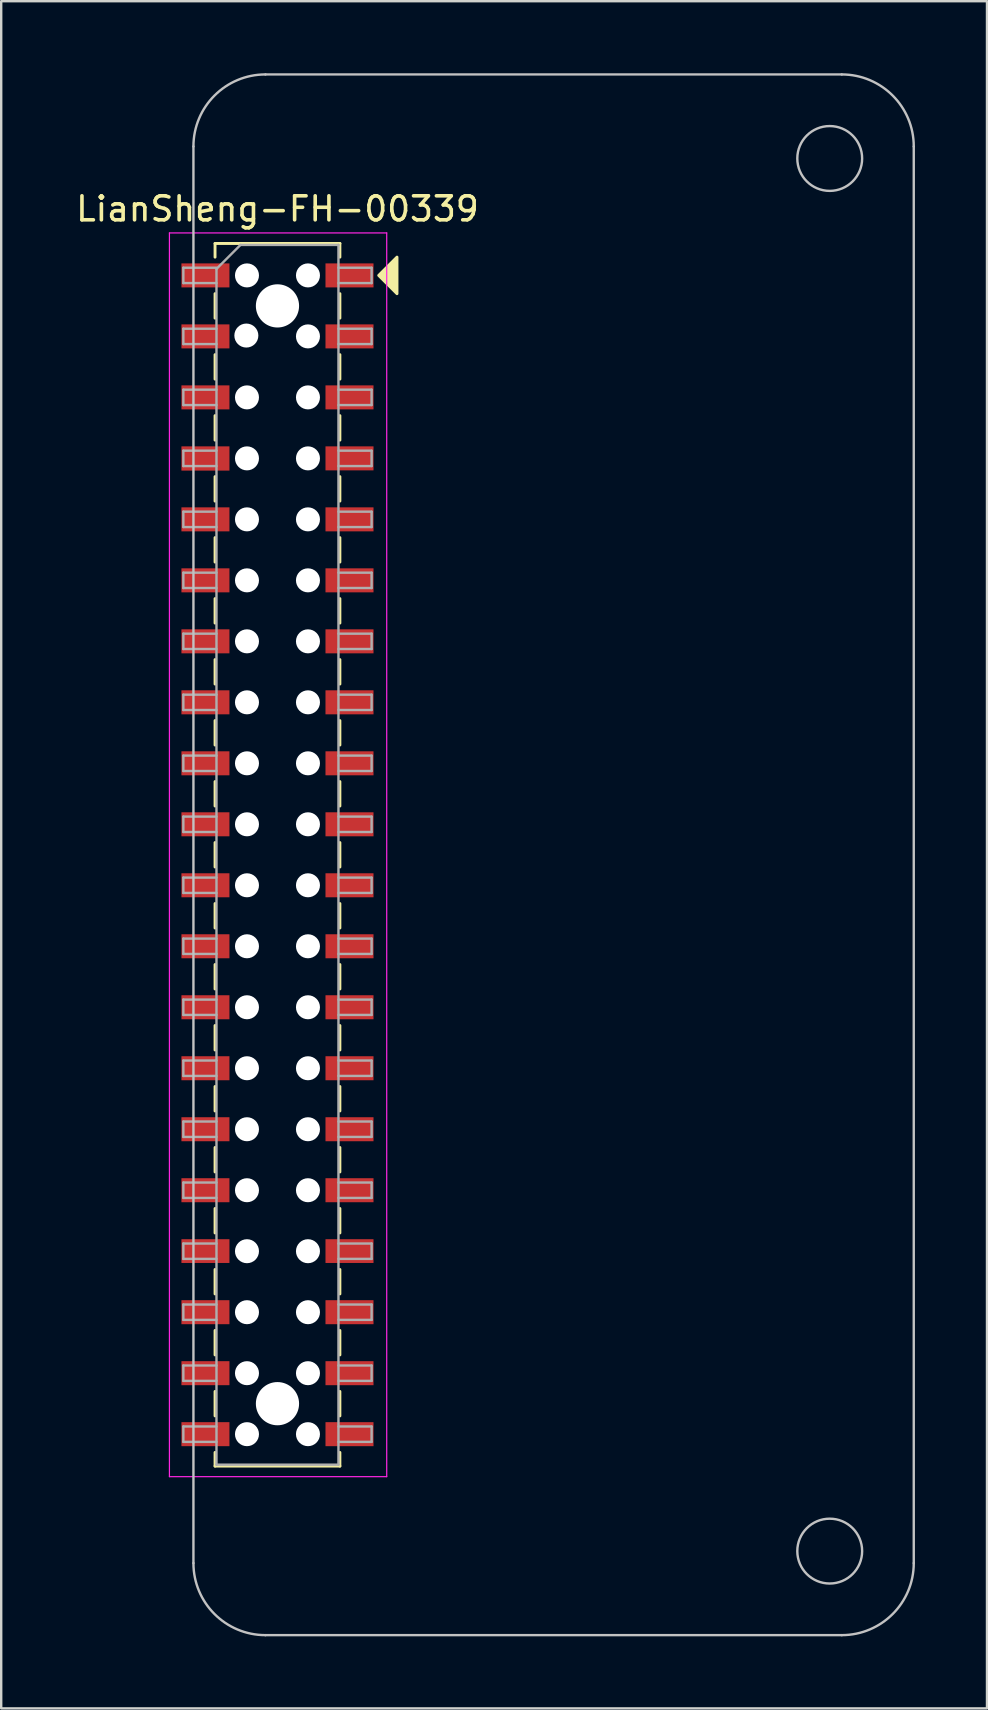
<source format=kicad_pcb>
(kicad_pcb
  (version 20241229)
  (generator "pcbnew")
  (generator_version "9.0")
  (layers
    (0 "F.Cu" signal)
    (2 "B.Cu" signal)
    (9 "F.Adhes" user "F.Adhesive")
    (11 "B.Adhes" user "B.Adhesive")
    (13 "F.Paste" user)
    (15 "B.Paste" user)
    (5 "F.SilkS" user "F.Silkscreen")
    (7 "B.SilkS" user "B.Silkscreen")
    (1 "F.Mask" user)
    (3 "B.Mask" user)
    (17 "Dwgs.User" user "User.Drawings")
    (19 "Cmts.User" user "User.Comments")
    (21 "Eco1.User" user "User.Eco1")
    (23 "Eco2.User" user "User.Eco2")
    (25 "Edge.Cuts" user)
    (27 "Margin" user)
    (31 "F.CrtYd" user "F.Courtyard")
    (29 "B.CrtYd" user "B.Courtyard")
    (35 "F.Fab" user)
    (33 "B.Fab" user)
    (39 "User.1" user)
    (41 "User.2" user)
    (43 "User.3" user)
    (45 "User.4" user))
  (footprint "LianSheng-FH-00339"
    (layer "F.Cu")
    (at 8.506 32.55)
    (property "Reference" "LianSheng-FH-00339" (at 0 -26.9 0) (layer "F.SilkS") (effects (font (size 1 1) (thickness 0.15))))
    (attr smd)
    (fp_line (start -2.6 -25.46) (end -2.6 -24.89) (stroke (width 0.12) (type solid)) (layer "F.SilkS"))
    (fp_line (start -2.6 -23.37) (end -2.6 -22.35) (stroke (width 0.12) (type solid)) (layer "F.SilkS"))
    (fp_line (start -2.6 -20.83) (end -2.6 -19.81) (stroke (width 0.12) (type solid)) (layer "F.SilkS"))
    (fp_line (start -2.6 -18.29) (end -2.6 -17.27) (stroke (width 0.12) (type solid)) (layer "F.SilkS"))
    (fp_line (start -2.6 -15.75) (end -2.6 -14.73) (stroke (width 0.12) (type solid)) (layer "F.SilkS"))
    (fp_line (start -2.6 -13.21) (end -2.6 -12.19) (stroke (width 0.12) (type solid)) (layer "F.SilkS"))
    (fp_line (start -2.6 -10.67) (end -2.6 -9.65) (stroke (width 0.12) (type solid)) (layer "F.SilkS"))
    (fp_line (start -2.6 -8.13) (end -2.6 -7.11) (stroke (width 0.12) (type solid)) (layer "F.SilkS"))
    (fp_line (start -2.6 -5.59) (end -2.6 -4.57) (stroke (width 0.12) (type solid)) (layer "F.SilkS"))
    (fp_line (start -2.6 -3.05) (end -2.6 -2.03) (stroke (width 0.12) (type solid)) (layer "F.SilkS"))
    (fp_line (start -2.6 -0.51) (end -2.6 0.51) (stroke (width 0.12) (type solid)) (layer "F.SilkS"))
    (fp_line (start -2.6 2.03) (end -2.6 3.05) (stroke (width 0.12) (type solid)) (layer "F.SilkS"))
    (fp_line (start -2.6 4.57) (end -2.6 5.59) (stroke (width 0.12) (type solid)) (layer "F.SilkS"))
    (fp_line (start -2.6 7.11) (end -2.6 8.13) (stroke (width 0.12) (type solid)) (layer "F.SilkS"))
    (fp_line (start -2.6 9.65) (end -2.6 10.67) (stroke (width 0.12) (type solid)) (layer "F.SilkS"))
    (fp_line (start -2.6 12.19) (end -2.6 13.21) (stroke (width 0.12) (type solid)) (layer "F.SilkS"))
    (fp_line (start -2.6 14.73) (end -2.6 15.75) (stroke (width 0.12) (type solid)) (layer "F.SilkS"))
    (fp_line (start -2.6 17.27) (end -2.6 18.29) (stroke (width 0.12) (type solid)) (layer "F.SilkS"))
    (fp_line (start -2.6 19.81) (end -2.6 20.83) (stroke (width 0.12) (type solid)) (layer "F.SilkS"))
    (fp_line (start -2.6 22.35) (end -2.6 23.37) (stroke (width 0.12) (type solid)) (layer "F.SilkS"))
    (fp_line (start -2.6 24.89) (end -2.6 25.46) (stroke (width 0.12) (type solid)) (layer "F.SilkS"))
    (fp_line (start 2.6 -25.46) (end -2.6 -25.46) (stroke (width 0.12) (type solid)) (layer "F.SilkS"))
    (fp_line (start 2.6 -25.46) (end 2.6 -24.89) (stroke (width 0.12) (type solid)) (layer "F.SilkS"))
    (fp_line (start 2.6 -23.37) (end 2.6 -22.35) (stroke (width 0.12) (type solid)) (layer "F.SilkS"))
    (fp_line (start 2.6 -20.83) (end 2.6 -19.81) (stroke (width 0.12) (type solid)) (layer "F.SilkS"))
    (fp_line (start 2.6 -18.29) (end 2.6 -17.27) (stroke (width 0.12) (type solid)) (layer "F.SilkS"))
    (fp_line (start 2.6 -15.75) (end 2.6 -14.73) (stroke (width 0.12) (type solid)) (layer "F.SilkS"))
    (fp_line (start 2.6 -13.21) (end 2.6 -12.19) (stroke (width 0.12) (type solid)) (layer "F.SilkS"))
    (fp_line (start 2.6 -10.67) (end 2.6 -9.65) (stroke (width 0.12) (type solid)) (layer "F.SilkS"))
    (fp_line (start 2.6 -8.13) (end 2.6 -7.11) (stroke (width 0.12) (type solid)) (layer "F.SilkS"))
    (fp_line (start 2.6 -5.59) (end 2.6 -4.57) (stroke (width 0.12) (type solid)) (layer "F.SilkS"))
    (fp_line (start 2.6 -3.05) (end 2.6 -2.03) (stroke (width 0.12) (type solid)) (layer "F.SilkS"))
    (fp_line (start 2.6 -0.51) (end 2.6 0.51) (stroke (width 0.12) (type solid)) (layer "F.SilkS"))
    (fp_line (start 2.6 2.03) (end 2.6 3.05) (stroke (width 0.12) (type solid)) (layer "F.SilkS"))
    (fp_line (start 2.6 4.57) (end 2.6 5.59) (stroke (width 0.12) (type solid)) (layer "F.SilkS"))
    (fp_line (start 2.6 7.11) (end 2.6 8.13) (stroke (width 0.12) (type solid)) (layer "F.SilkS"))
    (fp_line (start 2.6 9.65) (end 2.6 10.67) (stroke (width 0.12) (type solid)) (layer "F.SilkS"))
    (fp_line (start 2.6 12.19) (end 2.6 13.21) (stroke (width 0.12) (type solid)) (layer "F.SilkS"))
    (fp_line (start 2.6 14.73) (end 2.6 15.75) (stroke (width 0.12) (type solid)) (layer "F.SilkS"))
    (fp_line (start 2.6 17.27) (end 2.6 18.29) (stroke (width 0.12) (type solid)) (layer "F.SilkS"))
    (fp_line (start 2.6 19.81) (end 2.6 20.83) (stroke (width 0.12) (type solid)) (layer "F.SilkS"))
    (fp_line (start 2.6 22.35) (end 2.6 23.37) (stroke (width 0.12) (type solid)) (layer "F.SilkS"))
    (fp_line (start 2.6 24.89) (end 2.6 25.46) (stroke (width 0.12) (type solid)) (layer "F.SilkS"))
    (fp_line (start 2.6 25.46) (end -2.6 25.46) (stroke (width 0.12) (type solid)) (layer "F.SilkS"))
    (fp_poly (pts (xy 4.216 -24.13) (xy 4.978 -24.892) (xy 4.978 -23.368)) (stroke (width 0.12) (type solid)) (fill yes) (layer "F.SilkS"))
    (fp_line (start -3.5 29.5) (end -3.5 -29.5) (stroke (width 0.1) (type solid)) (layer "Dwgs.User"))
    (fp_line (start -0.5 -32.5) (end 23.5 -32.5) (stroke (width 0.1) (type solid)) (layer "Dwgs.User"))
    (fp_line (start 23.5 32.5) (end -0.5 32.5) (stroke (width 0.1) (type solid)) (layer "Dwgs.User"))
    (fp_line (start 26.5 -29.5) (end 26.5 29.5) (stroke (width 0.1) (type solid)) (layer "Dwgs.User"))
    (fp_arc (start -3.5 -29.5) (mid -2.62132 -31.62132) (end -0.5 -32.5) (stroke (width 0.1) (type solid)) (layer "Dwgs.User"))
    (fp_arc (start -0.5 32.5) (mid -2.62132 31.62132) (end -3.5 29.5) (stroke (width 0.1) (type solid)) (layer "Dwgs.User"))
    (fp_arc (start 23.5 -32.5) (mid 25.62132 -31.62132) (end 26.5 -29.5) (stroke (width 0.1) (type solid)) (layer "Dwgs.User"))
    (fp_arc (start 26.5 29.5) (mid 25.62132 31.62132) (end 23.5 32.5) (stroke (width 0.1) (type solid)) (layer "Dwgs.User"))
    (fp_circle (center 23 -29) (end 23 -27.65) (stroke (width 0.1) (type solid)) (fill no) (layer "Dwgs.User"))
    (fp_circle (center 23 29) (end 23 30.35) (stroke (width 0.1) (type solid)) (fill no) (layer "Dwgs.User"))
    (fp_line (start -4.5 -25.9) (end -4.5 25.9) (stroke (width 0.05) (type solid)) (layer "F.CrtYd"))
    (fp_line (start -4.5 25.9) (end 4.55 25.9) (stroke (width 0.05) (type solid)) (layer "F.CrtYd"))
    (fp_line (start 4.55 -25.9) (end -4.5 -25.9) (stroke (width 0.05) (type solid)) (layer "F.CrtYd"))
    (fp_line (start 4.55 25.9) (end 4.55 -25.9) (stroke (width 0.05) (type solid)) (layer "F.CrtYd"))
    (fp_line (start -3.92 -24.45) (end -3.92 -23.81) (stroke (width 0.1) (type solid)) (layer "F.Fab"))
    (fp_line (start -3.92 -23.81) (end -2.54 -23.81) (stroke (width 0.1) (type solid)) (layer "F.Fab"))
    (fp_line (start -3.92 -21.91) (end -3.92 -21.27) (stroke (width 0.1) (type solid)) (layer "F.Fab"))
    (fp_line (start -3.92 -21.27) (end -2.54 -21.27) (stroke (width 0.1) (type solid)) (layer "F.Fab"))
    (fp_line (start -3.92 -19.37) (end -3.92 -18.73) (stroke (width 0.1) (type solid)) (layer "F.Fab"))
    (fp_line (start -3.92 -18.73) (end -2.54 -18.73) (stroke (width 0.1) (type solid)) (layer "F.Fab"))
    (fp_line (start -3.92 -16.83) (end -3.92 -16.19) (stroke (width 0.1) (type solid)) (layer "F.Fab"))
    (fp_line (start -3.92 -16.19) (end -2.54 -16.19) (stroke (width 0.1) (type solid)) (layer "F.Fab"))
    (fp_line (start -3.92 -14.29) (end -3.92 -13.65) (stroke (width 0.1) (type solid)) (layer "F.Fab"))
    (fp_line (start -3.92 -13.65) (end -2.54 -13.65) (stroke (width 0.1) (type solid)) (layer "F.Fab"))
    (fp_line (start -3.92 -11.75) (end -3.92 -11.11) (stroke (width 0.1) (type solid)) (layer "F.Fab"))
    (fp_line (start -3.92 -11.11) (end -2.54 -11.11) (stroke (width 0.1) (type solid)) (layer "F.Fab"))
    (fp_line (start -3.92 -9.21) (end -3.92 -8.57) (stroke (width 0.1) (type solid)) (layer "F.Fab"))
    (fp_line (start -3.92 -8.57) (end -2.54 -8.57) (stroke (width 0.1) (type solid)) (layer "F.Fab"))
    (fp_line (start -3.92 -6.67) (end -3.92 -6.03) (stroke (width 0.1) (type solid)) (layer "F.Fab"))
    (fp_line (start -3.92 -6.03) (end -2.54 -6.03) (stroke (width 0.1) (type solid)) (layer "F.Fab"))
    (fp_line (start -3.92 -4.13) (end -3.92 -3.49) (stroke (width 0.1) (type solid)) (layer "F.Fab"))
    (fp_line (start -3.92 -3.49) (end -2.54 -3.49) (stroke (width 0.1) (type solid)) (layer "F.Fab"))
    (fp_line (start -3.92 -1.59) (end -3.92 -0.95) (stroke (width 0.1) (type solid)) (layer "F.Fab"))
    (fp_line (start -3.92 -0.95) (end -2.54 -0.95) (stroke (width 0.1) (type solid)) (layer "F.Fab"))
    (fp_line (start -3.92 0.95) (end -3.92 1.59) (stroke (width 0.1) (type solid)) (layer "F.Fab"))
    (fp_line (start -3.92 1.59) (end -2.54 1.59) (stroke (width 0.1) (type solid)) (layer "F.Fab"))
    (fp_line (start -3.92 3.49) (end -3.92 4.13) (stroke (width 0.1) (type solid)) (layer "F.Fab"))
    (fp_line (start -3.92 4.13) (end -2.54 4.13) (stroke (width 0.1) (type solid)) (layer "F.Fab"))
    (fp_line (start -3.92 6.03) (end -3.92 6.67) (stroke (width 0.1) (type solid)) (layer "F.Fab"))
    (fp_line (start -3.92 6.67) (end -2.54 6.67) (stroke (width 0.1) (type solid)) (layer "F.Fab"))
    (fp_line (start -3.92 8.57) (end -3.92 9.21) (stroke (width 0.1) (type solid)) (layer "F.Fab"))
    (fp_line (start -3.92 9.21) (end -2.54 9.21) (stroke (width 0.1) (type solid)) (layer "F.Fab"))
    (fp_line (start -3.92 11.11) (end -3.92 11.75) (stroke (width 0.1) (type solid)) (layer "F.Fab"))
    (fp_line (start -3.92 11.75) (end -2.54 11.75) (stroke (width 0.1) (type solid)) (layer "F.Fab"))
    (fp_line (start -3.92 13.65) (end -3.92 14.29) (stroke (width 0.1) (type solid)) (layer "F.Fab"))
    (fp_line (start -3.92 14.29) (end -2.54 14.29) (stroke (width 0.1) (type solid)) (layer "F.Fab"))
    (fp_line (start -3.92 16.19) (end -3.92 16.83) (stroke (width 0.1) (type solid)) (layer "F.Fab"))
    (fp_line (start -3.92 16.83) (end -2.54 16.83) (stroke (width 0.1) (type solid)) (layer "F.Fab"))
    (fp_line (start -3.92 18.73) (end -3.92 19.37) (stroke (width 0.1) (type solid)) (layer "F.Fab"))
    (fp_line (start -3.92 19.37) (end -2.54 19.37) (stroke (width 0.1) (type solid)) (layer "F.Fab"))
    (fp_line (start -3.92 21.27) (end -3.92 21.91) (stroke (width 0.1) (type solid)) (layer "F.Fab"))
    (fp_line (start -3.92 21.91) (end -2.54 21.91) (stroke (width 0.1) (type solid)) (layer "F.Fab"))
    (fp_line (start -3.92 23.81) (end -3.92 24.45) (stroke (width 0.1) (type solid)) (layer "F.Fab"))
    (fp_line (start -3.92 24.45) (end -2.54 24.45) (stroke (width 0.1) (type solid)) (layer "F.Fab"))
    (fp_line (start -2.54 -24.45) (end -3.92 -24.45) (stroke (width 0.1) (type solid)) (layer "F.Fab"))
    (fp_line (start -2.54 -24.4) (end -2.54 25.4) (stroke (width 0.1) (type solid)) (layer "F.Fab"))
    (fp_line (start -2.54 -21.91) (end -3.92 -21.91) (stroke (width 0.1) (type solid)) (layer "F.Fab"))
    (fp_line (start -2.54 -19.37) (end -3.92 -19.37) (stroke (width 0.1) (type solid)) (layer "F.Fab"))
    (fp_line (start -2.54 -16.83) (end -3.92 -16.83) (stroke (width 0.1) (type solid)) (layer "F.Fab"))
    (fp_line (start -2.54 -14.29) (end -3.92 -14.29) (stroke (width 0.1) (type solid)) (layer "F.Fab"))
    (fp_line (start -2.54 -11.75) (end -3.92 -11.75) (stroke (width 0.1) (type solid)) (layer "F.Fab"))
    (fp_line (start -2.54 -9.21) (end -3.92 -9.21) (stroke (width 0.1) (type solid)) (layer "F.Fab"))
    (fp_line (start -2.54 -6.67) (end -3.92 -6.67) (stroke (width 0.1) (type solid)) (layer "F.Fab"))
    (fp_line (start -2.54 -4.13) (end -3.92 -4.13) (stroke (width 0.1) (type solid)) (layer "F.Fab"))
    (fp_line (start -2.54 -1.59) (end -3.92 -1.59) (stroke (width 0.1) (type solid)) (layer "F.Fab"))
    (fp_line (start -2.54 0.95) (end -3.92 0.95) (stroke (width 0.1) (type solid)) (layer "F.Fab"))
    (fp_line (start -2.54 3.49) (end -3.92 3.49) (stroke (width 0.1) (type solid)) (layer "F.Fab"))
    (fp_line (start -2.54 6.03) (end -3.92 6.03) (stroke (width 0.1) (type solid)) (layer "F.Fab"))
    (fp_line (start -2.54 8.57) (end -3.92 8.57) (stroke (width 0.1) (type solid)) (layer "F.Fab"))
    (fp_line (start -2.54 11.11) (end -3.92 11.11) (stroke (width 0.1) (type solid)) (layer "F.Fab"))
    (fp_line (start -2.54 13.65) (end -3.92 13.65) (stroke (width 0.1) (type solid)) (layer "F.Fab"))
    (fp_line (start -2.54 16.19) (end -3.92 16.19) (stroke (width 0.1) (type solid)) (layer "F.Fab"))
    (fp_line (start -2.54 18.73) (end -3.92 18.73) (stroke (width 0.1) (type solid)) (layer "F.Fab"))
    (fp_line (start -2.54 21.27) (end -3.92 21.27) (stroke (width 0.1) (type solid)) (layer "F.Fab"))
    (fp_line (start -2.54 23.81) (end -3.92 23.81) (stroke (width 0.1) (type solid)) (layer "F.Fab"))
    (fp_line (start -2.54 25.4) (end 2.54 25.4) (stroke (width 0.1) (type solid)) (layer "F.Fab"))
    (fp_line (start -1.54 -25.4) (end -2.54 -24.4) (stroke (width 0.1) (type solid)) (layer "F.Fab"))
    (fp_line (start 2.54 -25.4) (end -1.54 -25.4) (stroke (width 0.1) (type solid)) (layer "F.Fab"))
    (fp_line (start 2.54 -23.81) (end 3.92 -23.81) (stroke (width 0.1) (type solid)) (layer "F.Fab"))
    (fp_line (start 2.54 -21.27) (end 3.92 -21.27) (stroke (width 0.1) (type solid)) (layer "F.Fab"))
    (fp_line (start 2.54 -18.73) (end 3.92 -18.73) (stroke (width 0.1) (type solid)) (layer "F.Fab"))
    (fp_line (start 2.54 -16.19) (end 3.92 -16.19) (stroke (width 0.1) (type solid)) (layer "F.Fab"))
    (fp_line (start 2.54 -13.65) (end 3.92 -13.65) (stroke (width 0.1) (type solid)) (layer "F.Fab"))
    (fp_line (start 2.54 -11.11) (end 3.92 -11.11) (stroke (width 0.1) (type solid)) (layer "F.Fab"))
    (fp_line (start 2.54 -8.57) (end 3.92 -8.57) (stroke (width 0.1) (type solid)) (layer "F.Fab"))
    (fp_line (start 2.54 -6.03) (end 3.92 -6.03) (stroke (width 0.1) (type solid)) (layer "F.Fab"))
    (fp_line (start 2.54 -3.49) (end 3.92 -3.49) (stroke (width 0.1) (type solid)) (layer "F.Fab"))
    (fp_line (start 2.54 -0.95) (end 3.92 -0.95) (stroke (width 0.1) (type solid)) (layer "F.Fab"))
    (fp_line (start 2.54 1.59) (end 3.92 1.59) (stroke (width 0.1) (type solid)) (layer "F.Fab"))
    (fp_line (start 2.54 4.13) (end 3.92 4.13) (stroke (width 0.1) (type solid)) (layer "F.Fab"))
    (fp_line (start 2.54 6.67) (end 3.92 6.67) (stroke (width 0.1) (type solid)) (layer "F.Fab"))
    (fp_line (start 2.54 9.21) (end 3.92 9.21) (stroke (width 0.1) (type solid)) (layer "F.Fab"))
    (fp_line (start 2.54 11.75) (end 3.92 11.75) (stroke (width 0.1) (type solid)) (layer "F.Fab"))
    (fp_line (start 2.54 14.29) (end 3.92 14.29) (stroke (width 0.1) (type solid)) (layer "F.Fab"))
    (fp_line (start 2.54 16.83) (end 3.92 16.83) (stroke (width 0.1) (type solid)) (layer "F.Fab"))
    (fp_line (start 2.54 19.37) (end 3.92 19.37) (stroke (width 0.1) (type solid)) (layer "F.Fab"))
    (fp_line (start 2.54 21.91) (end 3.92 21.91) (stroke (width 0.1) (type solid)) (layer "F.Fab"))
    (fp_line (start 2.54 24.45) (end 3.92 24.45) (stroke (width 0.1) (type solid)) (layer "F.Fab"))
    (fp_line (start 2.54 25.4) (end 2.54 -25.4) (stroke (width 0.1) (type solid)) (layer "F.Fab"))
    (fp_line (start 3.92 -24.45) (end 2.54 -24.45) (stroke (width 0.1) (type solid)) (layer "F.Fab"))
    (fp_line (start 3.92 -23.81) (end 3.92 -24.45) (stroke (width 0.1) (type solid)) (layer "F.Fab"))
    (fp_line (start 3.92 -21.91) (end 2.54 -21.91) (stroke (width 0.1) (type solid)) (layer "F.Fab"))
    (fp_line (start 3.92 -21.27) (end 3.92 -21.91) (stroke (width 0.1) (type solid)) (layer "F.Fab"))
    (fp_line (start 3.92 -19.37) (end 2.54 -19.37) (stroke (width 0.1) (type solid)) (layer "F.Fab"))
    (fp_line (start 3.92 -18.73) (end 3.92 -19.37) (stroke (width 0.1) (type solid)) (layer "F.Fab"))
    (fp_line (start 3.92 -16.83) (end 2.54 -16.83) (stroke (width 0.1) (type solid)) (layer "F.Fab"))
    (fp_line (start 3.92 -16.19) (end 3.92 -16.83) (stroke (width 0.1) (type solid)) (layer "F.Fab"))
    (fp_line (start 3.92 -14.29) (end 2.54 -14.29) (stroke (width 0.1) (type solid)) (layer "F.Fab"))
    (fp_line (start 3.92 -13.65) (end 3.92 -14.29) (stroke (width 0.1) (type solid)) (layer "F.Fab"))
    (fp_line (start 3.92 -11.75) (end 2.54 -11.75) (stroke (width 0.1) (type solid)) (layer "F.Fab"))
    (fp_line (start 3.92 -11.11) (end 3.92 -11.75) (stroke (width 0.1) (type solid)) (layer "F.Fab"))
    (fp_line (start 3.92 -9.21) (end 2.54 -9.21) (stroke (width 0.1) (type solid)) (layer "F.Fab"))
    (fp_line (start 3.92 -8.57) (end 3.92 -9.21) (stroke (width 0.1) (type solid)) (layer "F.Fab"))
    (fp_line (start 3.92 -6.67) (end 2.54 -6.67) (stroke (width 0.1) (type solid)) (layer "F.Fab"))
    (fp_line (start 3.92 -6.03) (end 3.92 -6.67) (stroke (width 0.1) (type solid)) (layer "F.Fab"))
    (fp_line (start 3.92 -4.13) (end 2.54 -4.13) (stroke (width 0.1) (type solid)) (layer "F.Fab"))
    (fp_line (start 3.92 -3.49) (end 3.92 -4.13) (stroke (width 0.1) (type solid)) (layer "F.Fab"))
    (fp_line (start 3.92 -1.59) (end 2.54 -1.59) (stroke (width 0.1) (type solid)) (layer "F.Fab"))
    (fp_line (start 3.92 -0.95) (end 3.92 -1.59) (stroke (width 0.1) (type solid)) (layer "F.Fab"))
    (fp_line (start 3.92 0.95) (end 2.54 0.95) (stroke (width 0.1) (type solid)) (layer "F.Fab"))
    (fp_line (start 3.92 1.59) (end 3.92 0.95) (stroke (width 0.1) (type solid)) (layer "F.Fab"))
    (fp_line (start 3.92 3.49) (end 2.54 3.49) (stroke (width 0.1) (type solid)) (layer "F.Fab"))
    (fp_line (start 3.92 4.13) (end 3.92 3.49) (stroke (width 0.1) (type solid)) (layer "F.Fab"))
    (fp_line (start 3.92 6.03) (end 2.54 6.03) (stroke (width 0.1) (type solid)) (layer "F.Fab"))
    (fp_line (start 3.92 6.67) (end 3.92 6.03) (stroke (width 0.1) (type solid)) (layer "F.Fab"))
    (fp_line (start 3.92 8.57) (end 2.54 8.57) (stroke (width 0.1) (type solid)) (layer "F.Fab"))
    (fp_line (start 3.92 9.21) (end 3.92 8.57) (stroke (width 0.1) (type solid)) (layer "F.Fab"))
    (fp_line (start 3.92 11.11) (end 2.54 11.11) (stroke (width 0.1) (type solid)) (layer "F.Fab"))
    (fp_line (start 3.92 11.75) (end 3.92 11.11) (stroke (width 0.1) (type solid)) (layer "F.Fab"))
    (fp_line (start 3.92 13.65) (end 2.54 13.65) (stroke (width 0.1) (type solid)) (layer "F.Fab"))
    (fp_line (start 3.92 14.29) (end 3.92 13.65) (stroke (width 0.1) (type solid)) (layer "F.Fab"))
    (fp_line (start 3.92 16.19) (end 2.54 16.19) (stroke (width 0.1) (type solid)) (layer "F.Fab"))
    (fp_line (start 3.92 16.83) (end 3.92 16.19) (stroke (width 0.1) (type solid)) (layer "F.Fab"))
    (fp_line (start 3.92 18.73) (end 2.54 18.73) (stroke (width 0.1) (type solid)) (layer "F.Fab"))
    (fp_line (start 3.92 19.37) (end 3.92 18.73) (stroke (width 0.1) (type solid)) (layer "F.Fab"))
    (fp_line (start 3.92 21.27) (end 2.54 21.27) (stroke (width 0.1) (type solid)) (layer "F.Fab"))
    (fp_line (start 3.92 21.91) (end 3.92 21.27) (stroke (width 0.1) (type solid)) (layer "F.Fab"))
    (fp_line (start 3.92 23.81) (end 2.54 23.81) (stroke (width 0.1) (type solid)) (layer "F.Fab"))
    (fp_line (start 3.92 24.45) (end 3.92 23.81) (stroke (width 0.1) (type solid)) (layer "F.Fab"))
    (pad "" np_thru_hole circle (at -1.296 -21.625) (size 1 1) (drill 1) (layers "*.Cu" "*.Mask"))
    (pad "" np_thru_hole circle (at -1.27 -24.13) (size 1 1) (drill 1) (layers "*.Cu" "*.Mask"))
    (pad "" np_thru_hole circle (at -1.27 -19.05) (size 1 1) (drill 1) (layers "*.Cu" "*.Mask"))
    (pad "" np_thru_hole circle (at -1.27 -16.51) (size 1 1) (drill 1) (layers "*.Cu" "*.Mask"))
    (pad "" np_thru_hole circle (at -1.27 -13.97) (size 1 1) (drill 1) (layers "*.Cu" "*.Mask"))
    (pad "" np_thru_hole circle (at -1.27 -11.43) (size 1 1) (drill 1) (layers "*.Cu" "*.Mask"))
    (pad "" np_thru_hole circle (at -1.27 -8.89) (size 1 1) (drill 1) (layers "*.Cu" "*.Mask"))
    (pad "" np_thru_hole circle (at -1.27 -6.35) (size 1 1) (drill 1) (layers "*.Cu" "*.Mask"))
    (pad "" np_thru_hole circle (at -1.27 -3.81) (size 1 1) (drill 1) (layers "*.Cu" "*.Mask"))
    (pad "" np_thru_hole circle (at -1.27 -1.27) (size 1 1) (drill 1) (layers "*.Cu" "*.Mask"))
    (pad "" np_thru_hole circle (at -1.27 1.27) (size 1 1) (drill 1) (layers "*.Cu" "*.Mask"))
    (pad "" np_thru_hole circle (at -1.27 3.81) (size 1 1) (drill 1) (layers "*.Cu" "*.Mask"))
    (pad "" np_thru_hole circle (at -1.27 6.35) (size 1 1) (drill 1) (layers "*.Cu" "*.Mask"))
    (pad "" np_thru_hole circle (at -1.27 8.89) (size 1 1) (drill 1) (layers "*.Cu" "*.Mask"))
    (pad "" np_thru_hole circle (at -1.27 11.43) (size 1 1) (drill 1) (layers "*.Cu" "*.Mask"))
    (pad "" np_thru_hole circle (at -1.27 13.97) (size 1 1) (drill 1) (layers "*.Cu" "*.Mask"))
    (pad "" np_thru_hole circle (at -1.27 16.51) (size 1 1) (drill 1) (layers "*.Cu" "*.Mask"))
    (pad "" np_thru_hole circle (at -1.27 19.05) (size 1 1) (drill 1) (layers "*.Cu" "*.Mask"))
    (pad "" np_thru_hole circle (at -1.27 21.59) (size 1 1) (drill 1) (layers "*.Cu" "*.Mask"))
    (pad "" np_thru_hole circle (at -1.27 24.13) (size 1 1) (drill 1) (layers "*.Cu" "*.Mask"))
    (pad "" np_thru_hole circle (at 0 -22.86) (size 1.8 1.8) (drill 1.8) (layers "*.Cu" "*.Mask"))
    (pad "" np_thru_hole circle (at 0 22.86) (size 1.8 1.8) (drill 1.8) (layers "*.Cu" "*.Mask"))
    (pad "" np_thru_hole circle (at 1.27 -24.13) (size 1 1) (drill 1) (layers "*.Cu" "*.Mask"))
    (pad "" np_thru_hole circle (at 1.27 -21.59) (size 1 1) (drill 1) (layers "*.Cu" "*.Mask"))
    (pad "" np_thru_hole circle (at 1.27 -19.05) (size 1 1) (drill 1) (layers "*.Cu" "*.Mask"))
    (pad "" np_thru_hole circle (at 1.27 -16.51) (size 1 1) (drill 1) (layers "*.Cu" "*.Mask"))
    (pad "" np_thru_hole circle (at 1.27 -13.97) (size 1 1) (drill 1) (layers "*.Cu" "*.Mask"))
    (pad "" np_thru_hole circle (at 1.27 -11.43) (size 1 1) (drill 1) (layers "*.Cu" "*.Mask"))
    (pad "" np_thru_hole circle (at 1.27 -8.89) (size 1 1) (drill 1) (layers "*.Cu" "*.Mask"))
    (pad "" np_thru_hole circle (at 1.27 -6.35) (size 1 1) (drill 1) (layers "*.Cu" "*.Mask"))
    (pad "" np_thru_hole circle (at 1.27 -3.81) (size 1 1) (drill 1) (layers "*.Cu" "*.Mask"))
    (pad "" np_thru_hole circle (at 1.27 -1.27) (size 1 1) (drill 1) (layers "*.Cu" "*.Mask"))
    (pad "" np_thru_hole circle (at 1.27 1.27) (size 1 1) (drill 1) (layers "*.Cu" "*.Mask"))
    (pad "" np_thru_hole circle (at 1.27 3.81) (size 1 1) (drill 1) (layers "*.Cu" "*.Mask"))
    (pad "" np_thru_hole circle (at 1.27 6.35) (size 1 1) (drill 1) (layers "*.Cu" "*.Mask"))
    (pad "" np_thru_hole circle (at 1.27 8.89) (size 1 1) (drill 1) (layers "*.Cu" "*.Mask"))
    (pad "" np_thru_hole circle (at 1.27 11.43) (size 1 1) (drill 1) (layers "*.Cu" "*.Mask"))
    (pad "" np_thru_hole circle (at 1.27 13.97) (size 1 1) (drill 1) (layers "*.Cu" "*.Mask"))
    (pad "" np_thru_hole circle (at 1.27 16.51) (size 1 1) (drill 1) (layers "*.Cu" "*.Mask"))
    (pad "" np_thru_hole circle (at 1.27 19.05) (size 1 1) (drill 1) (layers "*.Cu" "*.Mask"))
    (pad "" np_thru_hole circle (at 1.27 21.59) (size 1 1) (drill 1) (layers "*.Cu" "*.Mask"))
    (pad "" np_thru_hole circle (at 1.27 24.13) (size 1 1) (drill 1) (layers "*.Cu" "*.Mask"))
    (pad "1" smd rect (at 3 -24.13) (size 2 1) (layers "F.Cu" "F.Mask" "F.Paste"))
    (pad "2" smd rect (at -3 -24.13) (size 2 1) (layers "F.Cu" "F.Mask" "F.Paste"))
    (pad "3" smd rect (at 3 -21.59) (size 2 1) (layers "F.Cu" "F.Mask" "F.Paste"))
    (pad "4" smd rect (at -3 -21.59) (size 2 1) (layers "F.Cu" "F.Mask" "F.Paste"))
    (pad "5" smd rect (at 3 -19.05) (size 2 1) (layers "F.Cu" "F.Mask" "F.Paste"))
    (pad "6" smd rect (at -3 -19.05) (size 2 1) (layers "F.Cu" "F.Mask" "F.Paste"))
    (pad "7" smd rect (at 3 -16.51) (size 2 1) (layers "F.Cu" "F.Mask" "F.Paste"))
    (pad "8" smd rect (at -3 -16.505) (size 2 1.01) (layers "F.Cu" "F.Mask" "F.Paste"))
    (pad "9" smd rect (at 3 -13.97) (size 2 1) (layers "F.Cu" "F.Mask" "F.Paste"))
    (pad "10" smd rect (at -3 -13.97) (size 2 1) (layers "F.Cu" "F.Mask" "F.Paste"))
    (pad "11" smd rect (at 3 -11.43) (size 2 1) (layers "F.Cu" "F.Mask" "F.Paste"))
    (pad "12" smd rect (at -3 -11.43) (size 2 1) (layers "F.Cu" "F.Mask" "F.Paste"))
    (pad "13" smd rect (at 3 -8.89) (size 2 1) (layers "F.Cu" "F.Mask" "F.Paste"))
    (pad "14" smd rect (at -3 -8.89) (size 2 1) (layers "F.Cu" "F.Mask" "F.Paste"))
    (pad "15" smd rect (at 3 -6.35) (size 2 1) (layers "F.Cu" "F.Mask" "F.Paste"))
    (pad "16" smd rect (at -3 -6.35) (size 2 1) (layers "F.Cu" "F.Mask" "F.Paste"))
    (pad "17" smd rect (at 3 -3.81) (size 2 1) (layers "F.Cu" "F.Mask" "F.Paste"))
    (pad "18" smd rect (at -3 -3.81) (size 2 1) (layers "F.Cu" "F.Mask" "F.Paste"))
    (pad "19" smd rect (at 3 -1.27) (size 2 1) (layers "F.Cu" "F.Mask" "F.Paste"))
    (pad "20" smd rect (at -3 -1.27) (size 2 1) (layers "F.Cu" "F.Mask" "F.Paste"))
    (pad "21" smd rect (at 3 1.27) (size 2 1) (layers "F.Cu" "F.Mask" "F.Paste"))
    (pad "22" smd rect (at -3 1.27) (size 2 1) (layers "F.Cu" "F.Mask" "F.Paste"))
    (pad "23" smd rect (at 3 3.81) (size 2 1) (layers "F.Cu" "F.Mask" "F.Paste"))
    (pad "24" smd rect (at -3 3.81) (size 2 1) (layers "F.Cu" "F.Mask" "F.Paste"))
    (pad "25" smd rect (at 3 6.35) (size 2 1) (layers "F.Cu" "F.Mask" "F.Paste"))
    (pad "26" smd rect (at -3 6.35) (size 2 1) (layers "F.Cu" "F.Mask" "F.Paste"))
    (pad "27" smd rect (at 3 8.89) (size 2 1) (layers "F.Cu" "F.Mask" "F.Paste"))
    (pad "28" smd rect (at -3 8.89) (size 2 1) (layers "F.Cu" "F.Mask" "F.Paste"))
    (pad "29" smd rect (at 3 11.43) (size 2 1) (layers "F.Cu" "F.Mask" "F.Paste"))
    (pad "30" smd rect (at -3 11.43) (size 2 1) (layers "F.Cu" "F.Mask" "F.Paste"))
    (pad "31" smd rect (at 3 13.97) (size 2 1) (layers "F.Cu" "F.Mask" "F.Paste"))
    (pad "32" smd rect (at -3 13.97) (size 2 1) (layers "F.Cu" "F.Mask" "F.Paste"))
    (pad "33" smd rect (at 3 16.505) (size 2 0.99) (layers "F.Cu" "F.Mask" "F.Paste"))
    (pad "34" smd rect (at -3 16.505) (size 2 0.99) (layers "F.Cu" "F.Mask" "F.Paste"))
    (pad "35" smd rect (at 3 19.05) (size 2 1) (layers "F.Cu" "F.Mask" "F.Paste"))
    (pad "36" smd rect (at -3 19.05) (size 2 1) (layers "F.Cu" "F.Mask" "F.Paste"))
    (pad "37" smd rect (at 3 21.59) (size 2 1) (layers "F.Cu" "F.Mask" "F.Paste"))
    (pad "38" smd rect (at -3 21.59) (size 2 1) (layers "F.Cu" "F.Mask" "F.Paste"))
    (pad "39" smd rect (at 3 24.13) (size 2 1) (layers "F.Cu" "F.Mask" "F.Paste"))
    (pad "40" smd rect (at -3 24.13) (size 2 1) (layers "F.Cu" "F.Mask" "F.Paste")))
  (gr_rect
    (start -3 -3)
    (end 38.056 68.1)
    (stroke (width 0.1) (type default))
    (fill no)
    (layer "Edge.Cuts")))
</source>
